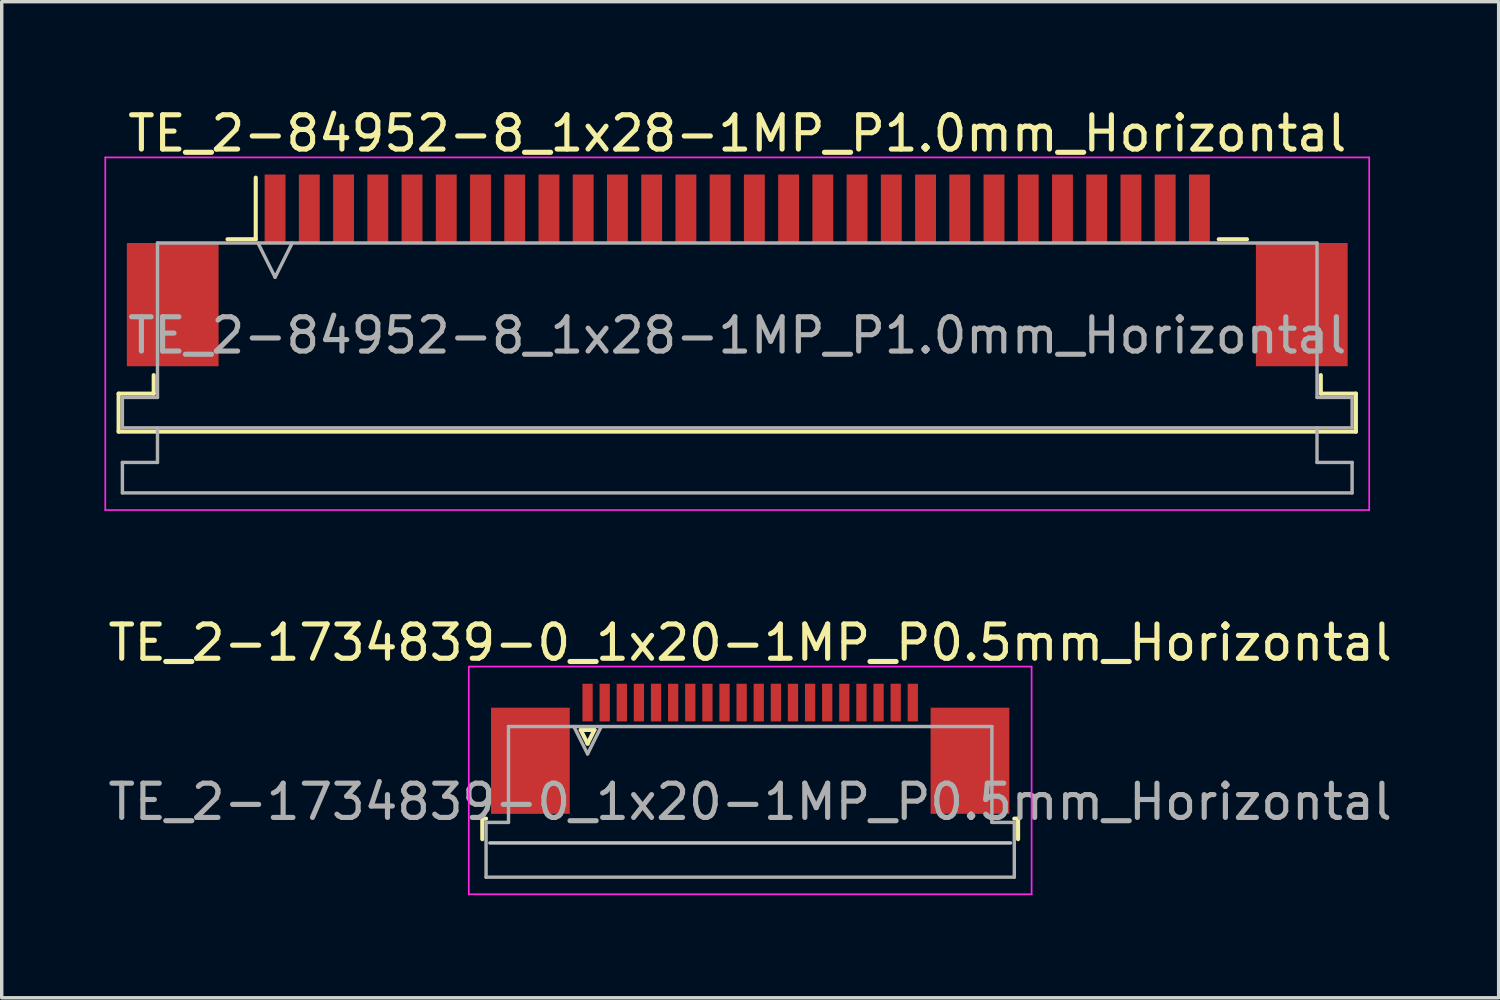
<source format=kicad_pcb>
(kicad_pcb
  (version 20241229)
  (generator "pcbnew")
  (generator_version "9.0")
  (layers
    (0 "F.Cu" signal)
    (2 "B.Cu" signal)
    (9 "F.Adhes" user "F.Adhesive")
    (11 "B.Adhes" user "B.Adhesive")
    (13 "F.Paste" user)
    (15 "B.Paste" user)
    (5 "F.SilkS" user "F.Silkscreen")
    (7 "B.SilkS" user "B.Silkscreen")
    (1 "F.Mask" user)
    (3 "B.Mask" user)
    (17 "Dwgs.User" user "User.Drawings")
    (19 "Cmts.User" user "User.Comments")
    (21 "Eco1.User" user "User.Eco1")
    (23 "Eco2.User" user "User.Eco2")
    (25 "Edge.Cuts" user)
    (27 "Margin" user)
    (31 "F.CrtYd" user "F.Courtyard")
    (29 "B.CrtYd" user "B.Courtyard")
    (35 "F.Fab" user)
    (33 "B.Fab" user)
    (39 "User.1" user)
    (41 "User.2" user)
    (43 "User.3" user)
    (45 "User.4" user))
  (footprint "TE_2-1734839-0_1x20-1MP_P0.5mm_Horizontal"
    (layer "F.Cu")
    (at 18.863 18.822)
    (property "Reference" "TE_2-1734839-0_1x20-1MP_P0.5mm_Horizontal" (at 0 -3.1 0) (layer "F.SilkS") (effects (font (size 1 1) (thickness 0.15))))
    (attr smd)
    (fp_line (start -7.825 2.04) (end -7.825 2.64) (stroke (width 0.12) (type solid)) (layer "F.SilkS"))
    (fp_line (start -7.715 2.04) (end -7.825 2.04) (stroke (width 0.12) (type solid)) (layer "F.SilkS"))
    (fp_line (start -4.95 -0.55) (end -4.75 -0.15) (stroke (width 0.12) (type solid)) (layer "F.SilkS"))
    (fp_line (start -4.75 -0.15) (end -4.55 -0.55) (stroke (width 0.12) (type solid)) (layer "F.SilkS"))
    (fp_line (start -4.55 -0.55) (end -4.95 -0.55) (stroke (width 0.12) (type solid)) (layer "F.SilkS"))
    (fp_line (start 7.715 2.04) (end 7.825 2.04) (stroke (width 0.12) (type solid)) (layer "F.SilkS"))
    (fp_line (start 7.825 2.04) (end 7.825 2.64) (stroke (width 0.12) (type solid)) (layer "F.SilkS"))
    (fp_line (start 7.605 2.75) (end -7.605 2.75) (stroke (width 0.1) (type solid)) (layer "Dwgs.User"))
    (fp_line (start -8.22 -2.4) (end -8.22 4.25) (stroke (width 0.05) (type solid)) (layer "F.CrtYd"))
    (fp_line (start -8.22 4.25) (end 8.22 4.25) (stroke (width 0.05) (type solid)) (layer "F.CrtYd"))
    (fp_line (start 8.22 -2.4) (end -8.22 -2.4) (stroke (width 0.05) (type solid)) (layer "F.CrtYd"))
    (fp_line (start 8.22 4.25) (end 8.22 -2.4) (stroke (width 0.05) (type solid)) (layer "F.CrtYd"))
    (fp_line (start -7.715 2.15) (end -7.06 2.15) (stroke (width 0.1) (type solid)) (layer "F.Fab"))
    (fp_line (start -7.715 3.75) (end -7.715 2.15) (stroke (width 0.1) (type solid)) (layer "F.Fab"))
    (fp_line (start -7.06 -0.65) (end 7.06 -0.65) (stroke (width 0.1) (type solid)) (layer "F.Fab"))
    (fp_line (start -7.06 2.15) (end -7.06 -0.65) (stroke (width 0.1) (type solid)) (layer "F.Fab"))
    (fp_line (start -5.15 -0.65) (end -4.75 0.15) (stroke (width 0.1) (type solid)) (layer "F.Fab"))
    (fp_line (start -4.75 0.15) (end -4.35 -0.65) (stroke (width 0.1) (type solid)) (layer "F.Fab"))
    (fp_line (start 7.06 -0.65) (end 7.06 2.15) (stroke (width 0.1) (type solid)) (layer "F.Fab"))
    (fp_line (start 7.06 2.15) (end 7.715 2.15) (stroke (width 0.1) (type solid)) (layer "F.Fab"))
    (fp_line (start 7.715 2.15) (end 7.715 3.75) (stroke (width 0.1) (type solid)) (layer "F.Fab"))
    (fp_line (start 7.715 3.75) (end -7.715 3.75) (stroke (width 0.1) (type solid)) (layer "F.Fab"))
    (fp_text user "${REFERENCE}" (at 0 1.55 0) (layer "F.Fab") (effects (font (size 1 1) (thickness 0.15))))
    (pad "1" smd rect (at -4.75 -1.35) (size 0.3 1.1) (layers "F.Cu" "F.Mask" "F.Paste"))
    (pad "2" smd rect (at -4.25 -1.35) (size 0.3 1.1) (layers "F.Cu" "F.Mask" "F.Paste"))
    (pad "3" smd rect (at -3.75 -1.35) (size 0.3 1.1) (layers "F.Cu" "F.Mask" "F.Paste"))
    (pad "4" smd rect (at -3.25 -1.35) (size 0.3 1.1) (layers "F.Cu" "F.Mask" "F.Paste"))
    (pad "5" smd rect (at -2.75 -1.35) (size 0.3 1.1) (layers "F.Cu" "F.Mask" "F.Paste"))
    (pad "6" smd rect (at -2.25 -1.35) (size 0.3 1.1) (layers "F.Cu" "F.Mask" "F.Paste"))
    (pad "7" smd rect (at -1.75 -1.35) (size 0.3 1.1) (layers "F.Cu" "F.Mask" "F.Paste"))
    (pad "8" smd rect (at -1.25 -1.35) (size 0.3 1.1) (layers "F.Cu" "F.Mask" "F.Paste"))
    (pad "9" smd rect (at -0.75 -1.35) (size 0.3 1.1) (layers "F.Cu" "F.Mask" "F.Paste"))
    (pad "10" smd rect (at -0.25 -1.35) (size 0.3 1.1) (layers "F.Cu" "F.Mask" "F.Paste"))
    (pad "11" smd rect (at 0.25 -1.35) (size 0.3 1.1) (layers "F.Cu" "F.Mask" "F.Paste"))
    (pad "12" smd rect (at 0.75 -1.35) (size 0.3 1.1) (layers "F.Cu" "F.Mask" "F.Paste"))
    (pad "13" smd rect (at 1.25 -1.35) (size 0.3 1.1) (layers "F.Cu" "F.Mask" "F.Paste"))
    (pad "14" smd rect (at 1.75 -1.35) (size 0.3 1.1) (layers "F.Cu" "F.Mask" "F.Paste"))
    (pad "15" smd rect (at 2.25 -1.35) (size 0.3 1.1) (layers "F.Cu" "F.Mask" "F.Paste"))
    (pad "16" smd rect (at 2.75 -1.35) (size 0.3 1.1) (layers "F.Cu" "F.Mask" "F.Paste"))
    (pad "17" smd rect (at 3.25 -1.35) (size 0.3 1.1) (layers "F.Cu" "F.Mask" "F.Paste"))
    (pad "18" smd rect (at 3.75 -1.35) (size 0.3 1.1) (layers "F.Cu" "F.Mask" "F.Paste"))
    (pad "19" smd rect (at 4.25 -1.35) (size 0.3 1.1) (layers "F.Cu" "F.Mask" "F.Paste"))
    (pad "20" smd rect (at 4.75 -1.35) (size 0.3 1.1) (layers "F.Cu" "F.Mask" "F.Paste"))
    (pad "MP" smd rect (at -6.42 0.35) (size 2.3 3.1) (layers "F.Cu" "F.Mask" "F.Paste"))
    (pad "MP" smd rect (at 6.42 0.35) (size 2.3 3.1) (layers "F.Cu" "F.Mask" "F.Paste")))
  (footprint "TE_2-84952-8_1x28-1MP_P1.0mm_Horizontal"
    (layer "F.Cu")
    (at 18.485 4.848)
    (property "Reference" "TE_2-84952-8_1x28-1MP_P1.0mm_Horizontal" (at 0 -4 0) (layer "F.SilkS") (effects (font (size 1 1) (thickness 0.15))))
    (attr smd)
    (fp_line (start -18.07 3.6) (end -17.045 3.6) (stroke (width 0.12) (type solid)) (layer "F.SilkS"))
    (fp_line (start -18.07 4.71) (end -18.07 3.6) (stroke (width 0.12) (type solid)) (layer "F.SilkS"))
    (fp_line (start -17.045 3.6) (end -17.045 3.06) (stroke (width 0.12) (type solid)) (layer "F.SilkS"))
    (fp_line (start -14.89 -0.91) (end -14.065 -0.91) (stroke (width 0.12) (type solid)) (layer "F.SilkS"))
    (fp_line (start -14.065 -0.91) (end -14.065 -2.71) (stroke (width 0.12) (type solid)) (layer "F.SilkS"))
    (fp_line (start 14.065 -0.91) (end 14.89 -0.91) (stroke (width 0.12) (type solid)) (layer "F.SilkS"))
    (fp_line (start 17.045 3.06) (end 17.045 3.6) (stroke (width 0.12) (type solid)) (layer "F.SilkS"))
    (fp_line (start 17.045 3.6) (end 18.07 3.6) (stroke (width 0.12) (type solid)) (layer "F.SilkS"))
    (fp_line (start 18.07 3.6) (end 18.07 4.71) (stroke (width 0.12) (type solid)) (layer "F.SilkS"))
    (fp_line (start 18.07 4.71) (end -18.07 4.71) (stroke (width 0.12) (type solid)) (layer "F.SilkS"))
    (fp_line (start -18.46 -3.3) (end -18.46 7) (stroke (width 0.05) (type solid)) (layer "F.CrtYd"))
    (fp_line (start -18.46 7) (end 18.46 7) (stroke (width 0.05) (type solid)) (layer "F.CrtYd"))
    (fp_line (start 18.46 -3.3) (end -18.46 -3.3) (stroke (width 0.05) (type solid)) (layer "F.CrtYd"))
    (fp_line (start 18.46 7) (end 18.46 -3.3) (stroke (width 0.05) (type solid)) (layer "F.CrtYd"))
    (fp_line (start -17.96 3.71) (end -16.935 3.71) (stroke (width 0.1) (type solid)) (layer "F.Fab"))
    (fp_line (start -17.96 4.6) (end -17.96 3.71) (stroke (width 0.1) (type solid)) (layer "F.Fab"))
    (fp_line (start -17.96 5.61) (end -16.935 5.61) (stroke (width 0.1) (type solid)) (layer "F.Fab"))
    (fp_line (start -17.96 6.5) (end -17.96 5.61) (stroke (width 0.1) (type solid)) (layer "F.Fab"))
    (fp_line (start -16.935 -0.8) (end 16.935 -0.8) (stroke (width 0.1) (type solid)) (layer "F.Fab"))
    (fp_line (start -16.935 3.71) (end -16.935 -0.8) (stroke (width 0.1) (type solid)) (layer "F.Fab"))
    (fp_line (start -16.935 5.61) (end -16.935 4.6) (stroke (width 0.1) (type solid)) (layer "F.Fab"))
    (fp_line (start -14 -0.8) (end -13.5 0.2) (stroke (width 0.1) (type solid)) (layer "F.Fab"))
    (fp_line (start -13.5 0.2) (end -13 -0.8) (stroke (width 0.1) (type solid)) (layer "F.Fab"))
    (fp_line (start 16.935 -0.8) (end 16.935 3.71) (stroke (width 0.1) (type solid)) (layer "F.Fab"))
    (fp_line (start 16.935 3.71) (end 17.96 3.71) (stroke (width 0.1) (type solid)) (layer "F.Fab"))
    (fp_line (start 16.935 4.6) (end 16.935 5.61) (stroke (width 0.1) (type solid)) (layer "F.Fab"))
    (fp_line (start 16.935 5.61) (end 17.96 5.61) (stroke (width 0.1) (type solid)) (layer "F.Fab"))
    (fp_line (start 17.96 3.71) (end 17.96 4.6) (stroke (width 0.1) (type solid)) (layer "F.Fab"))
    (fp_line (start 17.96 4.6) (end -17.96 4.6) (stroke (width 0.1) (type solid)) (layer "F.Fab"))
    (fp_line (start 17.96 5.61) (end 17.96 6.5) (stroke (width 0.1) (type solid)) (layer "F.Fab"))
    (fp_line (start 17.96 6.5) (end -17.96 6.5) (stroke (width 0.1) (type solid)) (layer "F.Fab"))
    (fp_text user "${REFERENCE}" (at 0 1.9 0) (layer "F.Fab") (effects (font (size 1 1) (thickness 0.15))))
    (pad "1" smd rect (at -13.5 -1.8) (size 0.61 2) (layers "F.Cu" "F.Mask" "F.Paste"))
    (pad "2" smd rect (at -12.5 -1.8) (size 0.61 2) (layers "F.Cu" "F.Mask" "F.Paste"))
    (pad "3" smd rect (at -11.5 -1.8) (size 0.61 2) (layers "F.Cu" "F.Mask" "F.Paste"))
    (pad "4" smd rect (at -10.5 -1.8) (size 0.61 2) (layers "F.Cu" "F.Mask" "F.Paste"))
    (pad "5" smd rect (at -9.5 -1.8) (size 0.61 2) (layers "F.Cu" "F.Mask" "F.Paste"))
    (pad "6" smd rect (at -8.5 -1.8) (size 0.61 2) (layers "F.Cu" "F.Mask" "F.Paste"))
    (pad "7" smd rect (at -7.5 -1.8) (size 0.61 2) (layers "F.Cu" "F.Mask" "F.Paste"))
    (pad "8" smd rect (at -6.5 -1.8) (size 0.61 2) (layers "F.Cu" "F.Mask" "F.Paste"))
    (pad "9" smd rect (at -5.5 -1.8) (size 0.61 2) (layers "F.Cu" "F.Mask" "F.Paste"))
    (pad "10" smd rect (at -4.5 -1.8) (size 0.61 2) (layers "F.Cu" "F.Mask" "F.Paste"))
    (pad "11" smd rect (at -3.5 -1.8) (size 0.61 2) (layers "F.Cu" "F.Mask" "F.Paste"))
    (pad "12" smd rect (at -2.5 -1.8) (size 0.61 2) (layers "F.Cu" "F.Mask" "F.Paste"))
    (pad "13" smd rect (at -1.5 -1.8) (size 0.61 2) (layers "F.Cu" "F.Mask" "F.Paste"))
    (pad "14" smd rect (at -0.5 -1.8) (size 0.61 2) (layers "F.Cu" "F.Mask" "F.Paste"))
    (pad "15" smd rect (at 0.5 -1.8) (size 0.61 2) (layers "F.Cu" "F.Mask" "F.Paste"))
    (pad "16" smd rect (at 1.5 -1.8) (size 0.61 2) (layers "F.Cu" "F.Mask" "F.Paste"))
    (pad "17" smd rect (at 2.5 -1.8) (size 0.61 2) (layers "F.Cu" "F.Mask" "F.Paste"))
    (pad "18" smd rect (at 3.5 -1.8) (size 0.61 2) (layers "F.Cu" "F.Mask" "F.Paste"))
    (pad "19" smd rect (at 4.5 -1.8) (size 0.61 2) (layers "F.Cu" "F.Mask" "F.Paste"))
    (pad "20" smd rect (at 5.5 -1.8) (size 0.61 2) (layers "F.Cu" "F.Mask" "F.Paste"))
    (pad "21" smd rect (at 6.5 -1.8) (size 0.61 2) (layers "F.Cu" "F.Mask" "F.Paste"))
    (pad "22" smd rect (at 7.5 -1.8) (size 0.61 2) (layers "F.Cu" "F.Mask" "F.Paste"))
    (pad "23" smd rect (at 8.5 -1.8) (size 0.61 2) (layers "F.Cu" "F.Mask" "F.Paste"))
    (pad "24" smd rect (at 9.5 -1.8) (size 0.61 2) (layers "F.Cu" "F.Mask" "F.Paste"))
    (pad "25" smd rect (at 10.5 -1.8) (size 0.61 2) (layers "F.Cu" "F.Mask" "F.Paste"))
    (pad "26" smd rect (at 11.5 -1.8) (size 0.61 2) (layers "F.Cu" "F.Mask" "F.Paste"))
    (pad "27" smd rect (at 12.5 -1.8) (size 0.61 2) (layers "F.Cu" "F.Mask" "F.Paste"))
    (pad "28" smd rect (at 13.5 -1.8) (size 0.61 2) (layers "F.Cu" "F.Mask" "F.Paste"))
    (pad "MP" smd rect (at -16.49 1) (size 2.68 3.6) (layers "F.Cu" "F.Mask" "F.Paste"))
    (pad "MP" smd rect (at 16.49 1) (size 2.68 3.6) (layers "F.Cu" "F.Mask" "F.Paste")))
  (gr_rect
    (start -3 -3)
    (end 40.726 26.096)
    (stroke (width 0.1) (type default))
    (fill no)
    (layer "Edge.Cuts")))
</source>
